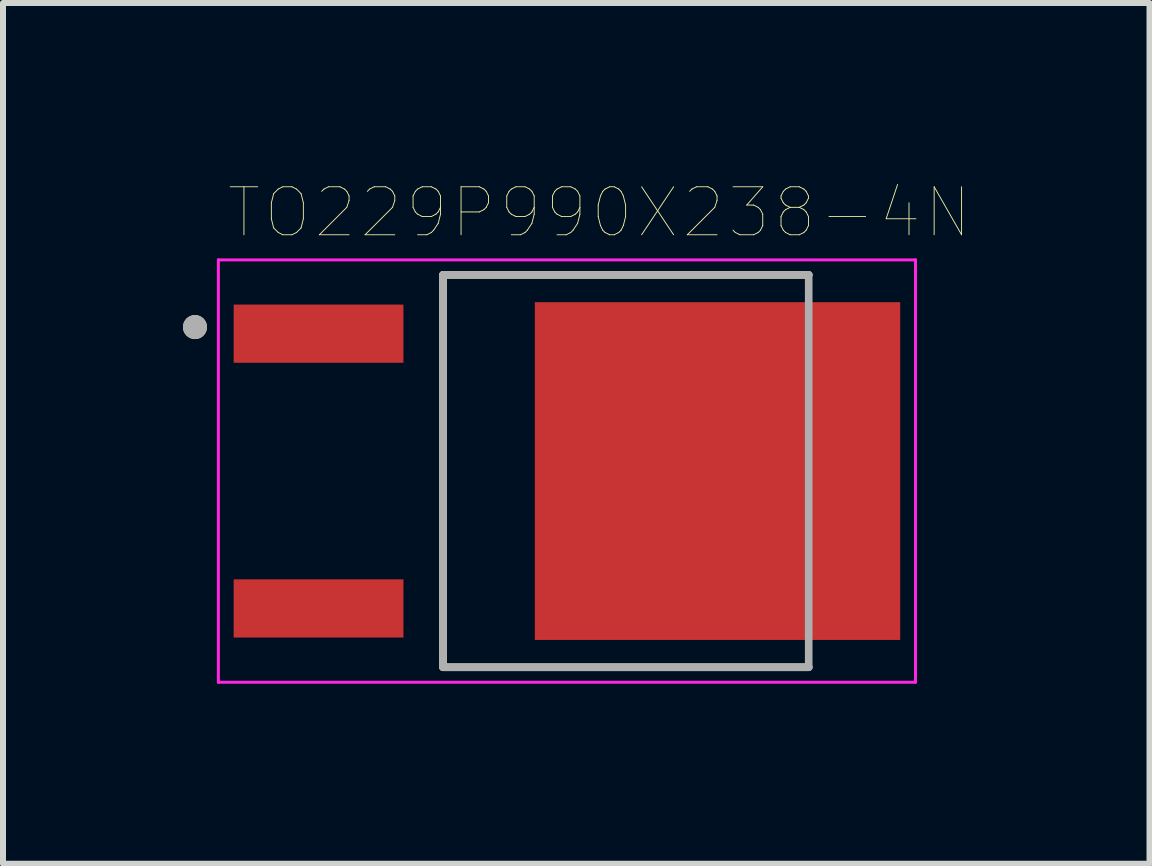
<source format=kicad_pcb>
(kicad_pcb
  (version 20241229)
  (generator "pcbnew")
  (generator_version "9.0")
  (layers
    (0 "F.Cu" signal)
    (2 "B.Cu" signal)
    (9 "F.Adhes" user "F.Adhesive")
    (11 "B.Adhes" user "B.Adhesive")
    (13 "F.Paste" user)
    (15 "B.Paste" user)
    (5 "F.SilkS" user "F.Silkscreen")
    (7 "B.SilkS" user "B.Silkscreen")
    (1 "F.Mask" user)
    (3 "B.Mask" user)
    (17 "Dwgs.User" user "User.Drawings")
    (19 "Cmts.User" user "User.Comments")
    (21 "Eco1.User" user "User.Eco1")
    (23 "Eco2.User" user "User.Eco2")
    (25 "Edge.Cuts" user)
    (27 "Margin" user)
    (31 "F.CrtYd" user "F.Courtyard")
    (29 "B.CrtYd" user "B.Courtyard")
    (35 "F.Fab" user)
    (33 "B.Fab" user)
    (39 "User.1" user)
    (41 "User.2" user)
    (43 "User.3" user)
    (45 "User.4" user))
  (footprint "TO229P990X238-4N"
    (layer "F.Cu")
    (at 6.4 4.802)
    (property "Reference" "TO229P990X238-4N" (at 0.54 -4.308 0) (layer "F.SilkS") (effects (font (size 0.8 0.8) (thickness 0.015))))
    (attr through_hole)
    (fp_line (start -2.065 -3.27) (end -2.065 3.27) (stroke (width 0.127) (type solid)) (layer "F.SilkS"))
    (fp_line (start -2.065 3.27) (end 4.03 3.27) (stroke (width 0.127) (type solid)) (layer "F.SilkS"))
    (fp_line (start 4.03 -3.27) (end -2.065 -3.27) (stroke (width 0.127) (type solid)) (layer "F.SilkS"))
    (fp_circle (center -6.2 -2.4) (end -6.1 -2.4) (stroke (width 0.2) (type solid)) (fill no) (layer "F.SilkS"))
    (fp_poly (pts (xy -0.175 -2.28) (xy 1.135 -2.28) (xy 1.135 -0.54) (xy -0.175 -0.54)) (stroke (width 0.01) (type solid)) (fill yes) (layer "F.Paste"))
    (fp_poly (pts (xy -0.175 0.54) (xy 1.135 0.54) (xy 1.135 2.28) (xy -0.175 2.28)) (stroke (width 0.01) (type solid)) (fill yes) (layer "F.Paste"))
    (fp_poly (pts (xy 1.855 -2.28) (xy 3.165 -2.28) (xy 3.165 -0.54) (xy 1.855 -0.54)) (stroke (width 0.01) (type solid)) (fill yes) (layer "F.Paste"))
    (fp_poly (pts (xy 1.855 0.54) (xy 3.165 0.54) (xy 3.165 2.28) (xy 1.855 2.28)) (stroke (width 0.01) (type solid)) (fill yes) (layer "F.Paste"))
    (fp_poly (pts (xy 3.885 -2.28) (xy 5.195 -2.28) (xy 5.195 -0.54) (xy 3.885 -0.54)) (stroke (width 0.01) (type solid)) (fill yes) (layer "F.Paste"))
    (fp_poly (pts (xy 3.885 0.54) (xy 5.195 0.54) (xy 5.195 2.28) (xy 3.885 2.28)) (stroke (width 0.01) (type solid)) (fill yes) (layer "F.Paste"))
    (fp_line (start -5.81 -3.52) (end -5.81 3.52) (stroke (width 0.05) (type solid)) (layer "F.CrtYd"))
    (fp_line (start -5.81 3.52) (end 5.81 3.52) (stroke (width 0.05) (type solid)) (layer "F.CrtYd"))
    (fp_line (start 5.81 -3.52) (end -5.81 -3.52) (stroke (width 0.05) (type solid)) (layer "F.CrtYd"))
    (fp_line (start 5.81 3.52) (end 5.81 -3.52) (stroke (width 0.05) (type solid)) (layer "F.CrtYd"))
    (fp_line (start -2.065 -3.27) (end -2.065 3.27) (stroke (width 0.127) (type solid)) (layer "F.Fab"))
    (fp_line (start -2.065 3.27) (end 4.03 3.27) (stroke (width 0.127) (type solid)) (layer "F.Fab"))
    (fp_line (start 4.03 -3.27) (end -2.065 -3.27) (stroke (width 0.127) (type solid)) (layer "F.Fab"))
    (fp_line (start 4.03 3.27) (end 4.03 -3.27) (stroke (width 0.127) (type solid)) (layer "F.Fab"))
    (fp_circle (center -6.2 -2.4) (end -6.1 -2.4) (stroke (width 0.2) (type solid)) (fill no) (layer "F.Fab"))
    (pad "1" smd rect (at -4.14 -2.29) (size 2.83 0.97) (layers "F.Cu" "F.Mask" "F.Paste"))
    (pad "3" smd rect (at -4.14 2.29) (size 2.83 0.97) (layers "F.Cu" "F.Mask" "F.Paste"))
    (pad "4" smd rect (at 2.51 0) (size 6.09 5.63) (layers "F.Cu" "F.Mask")))
  (gr_rect
    (start -3 -3)
    (end 16.111 11.347)
    (stroke (width 0.1) (type default))
    (fill no)
    (layer "Edge.Cuts")))
</source>
